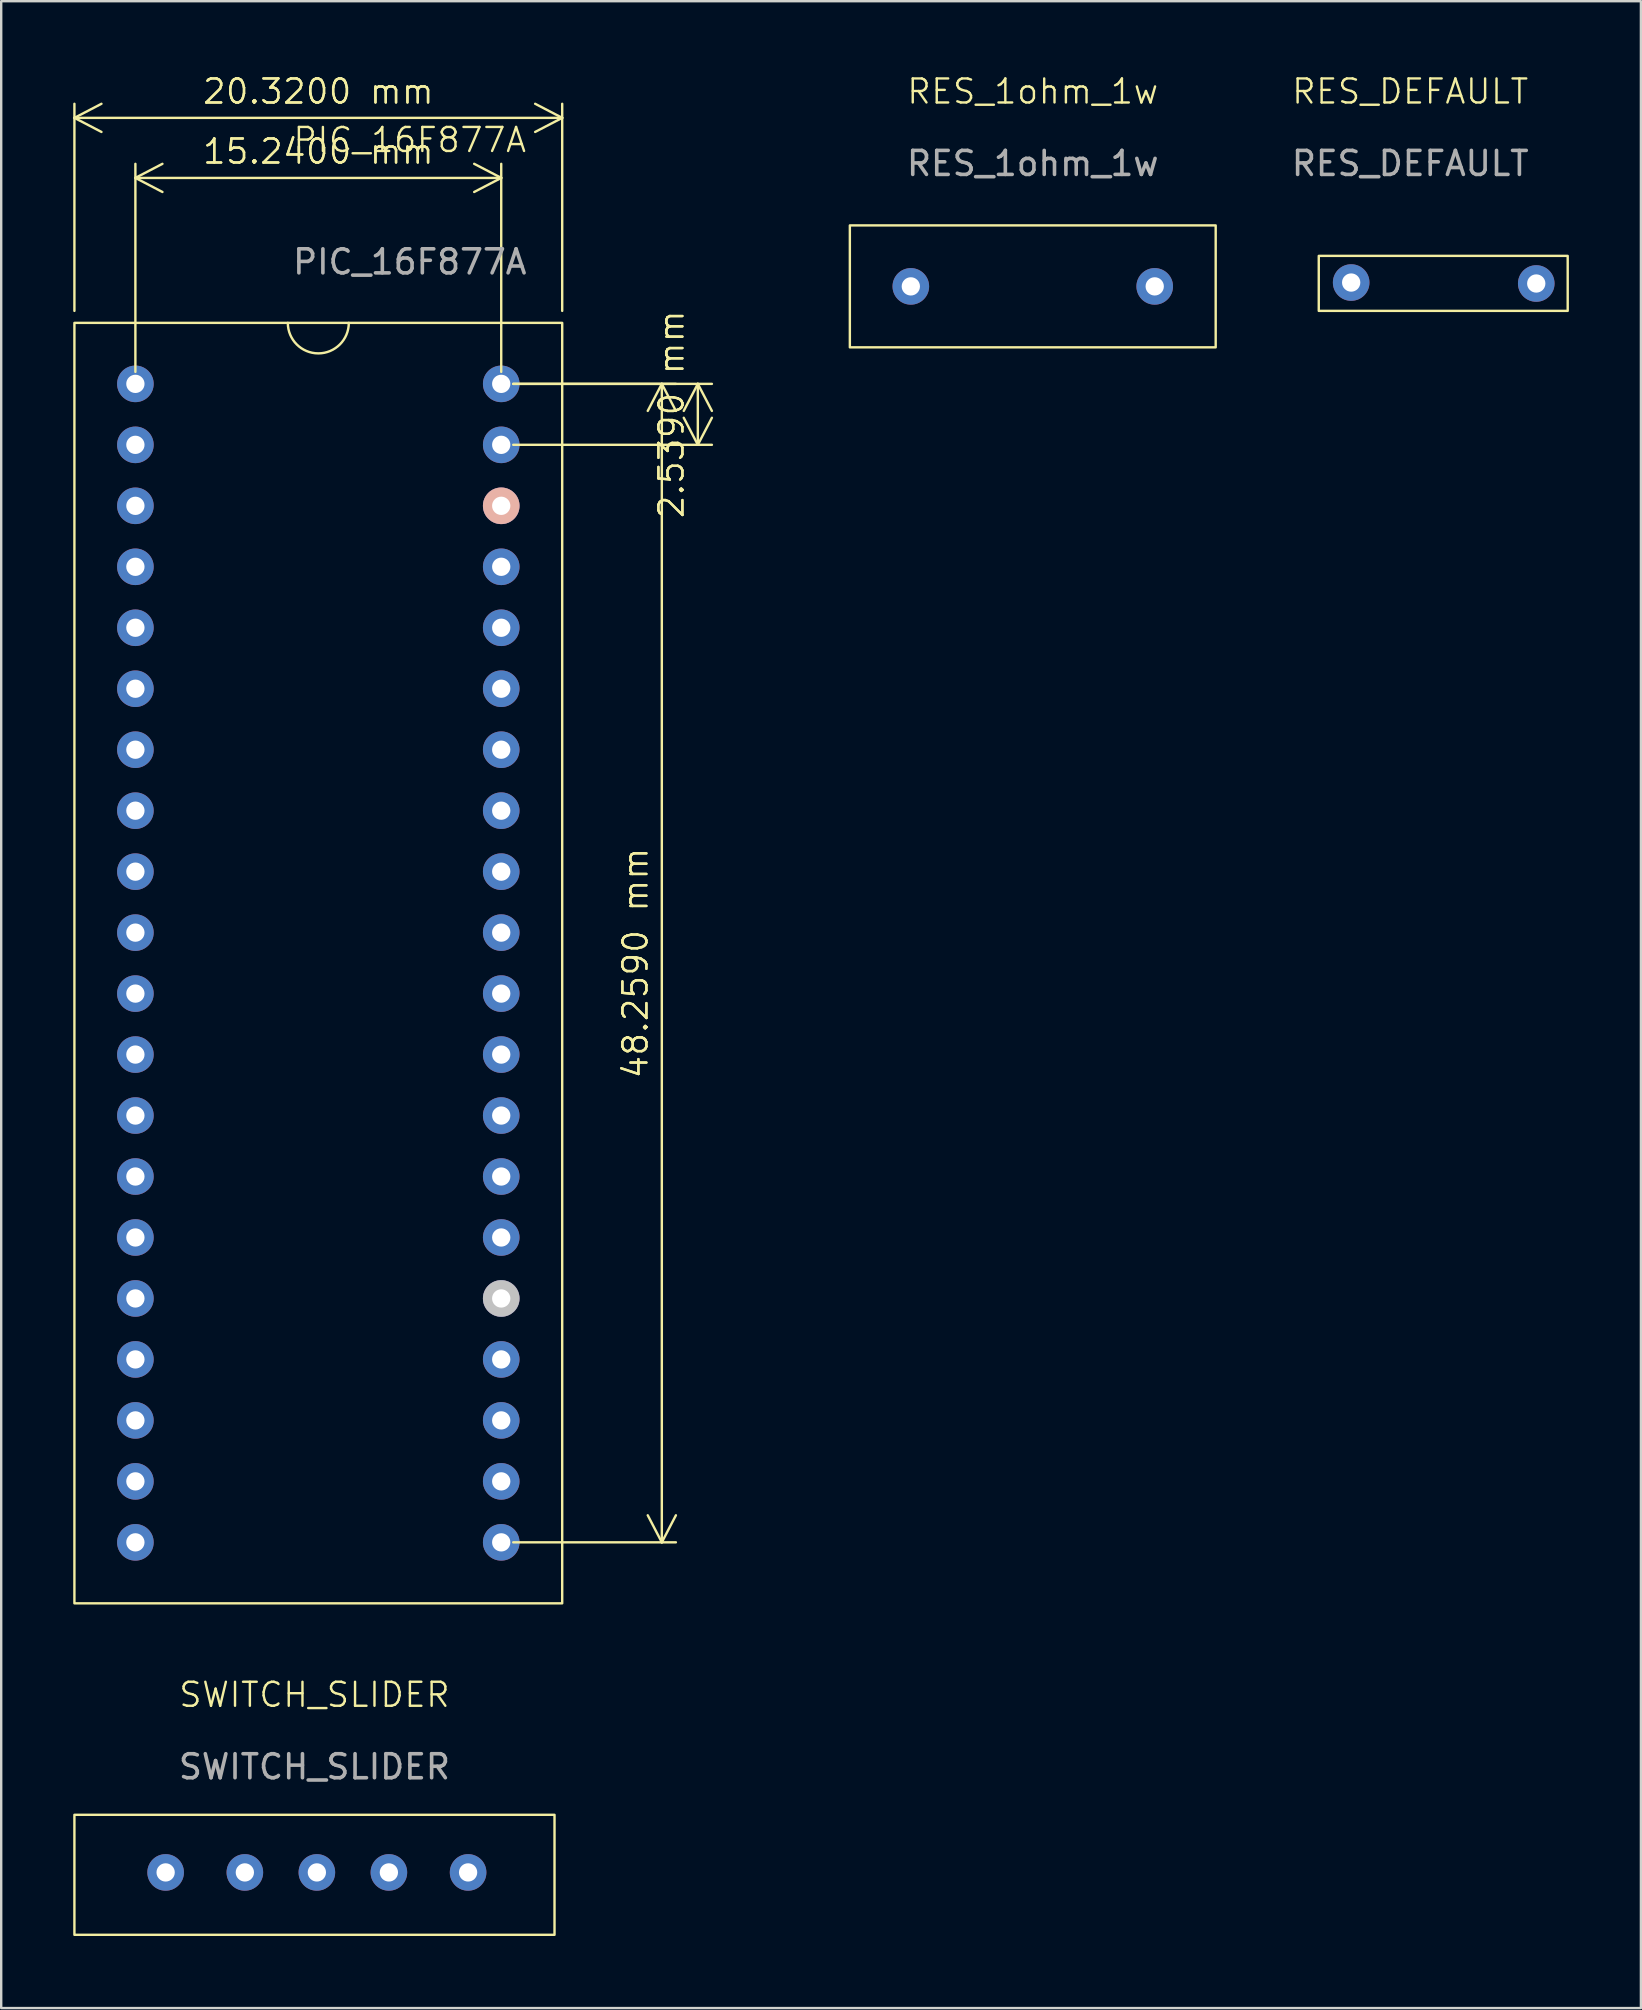
<source format=kicad_pcb>
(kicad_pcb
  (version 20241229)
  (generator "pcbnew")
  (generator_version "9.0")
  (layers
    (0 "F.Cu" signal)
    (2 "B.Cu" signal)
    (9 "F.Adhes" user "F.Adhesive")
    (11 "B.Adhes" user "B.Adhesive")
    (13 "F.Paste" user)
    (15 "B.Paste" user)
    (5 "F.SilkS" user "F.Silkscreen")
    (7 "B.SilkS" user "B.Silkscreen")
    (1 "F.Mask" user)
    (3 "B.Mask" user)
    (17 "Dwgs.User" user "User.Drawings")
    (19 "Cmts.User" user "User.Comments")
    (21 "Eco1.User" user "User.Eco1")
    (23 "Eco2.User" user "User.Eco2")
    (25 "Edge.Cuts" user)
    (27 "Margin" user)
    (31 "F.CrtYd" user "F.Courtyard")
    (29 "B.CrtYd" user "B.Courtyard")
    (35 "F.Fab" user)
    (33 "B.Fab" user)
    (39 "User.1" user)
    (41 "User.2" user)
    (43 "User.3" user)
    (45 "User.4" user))
  (footprint "PIC_16F877A"
    (layer "F.Cu")
    (at 14.02 7.861)
    (property "Reference" "PIC_16F877A" (at 0 -5.08 0) (unlocked yes) (layer "F.SilkS") (effects (font (size 1 1) (thickness 0.1))))
    (attr through_hole)
    (fp_rect (start -13.97 2.54) (end 6.35 55.88) (stroke (width 0.1) (type default)) (fill no) (layer "F.SilkS"))
    (fp_arc (start -2.54 2.54) (mid -3.81 3.81) (end -5.08 2.54) (stroke (width 0.1) (type default)) (layer "F.SilkS"))
    (fp_text user "${REFERENCE}" (at 0 0 0) (unlocked yes) (layer "F.Fab") (effects (font (size 1 1) (thickness 0.15))))
    (dimension (type aligned) (layer "F.SilkS") (pts (xy 2.59 12.941) (xy 17.83 12.941)) (height -8.58) (format (prefix "") (suffix "") (units 3) (units_format 1) (precision 4)) (style (thickness 0.1) (arrow_length 1.27) (text_position_mode 0) (arrow_direction outward) (extension_height 0.586) (extension_offset 0.5) (keep_text_aligned yes)) (gr_text "15.2400 mm" (at 10.21 3.26 0) (layer "F.SilkS") (effects (font (size 1 1) (thickness 0.1)))))
    (dimension (type aligned) (layer "F.SilkS") (pts (xy 0.05 10.4) (xy 20.37 10.4)) (height -8.54) (format (prefix "") (suffix "") (units 3) (units_format 1) (precision 4)) (style (thickness 0.1) (arrow_length 1.27) (text_position_mode 0) (arrow_direction outward) (extension_height 0.586) (extension_offset 0.5) (keep_text_aligned yes)) (gr_text "20.3200 mm" (at 10.21 0.76 0) (layer "F.SilkS") (effects (font (size 1 1) (thickness 0.1)))))
    (dimension (type aligned) (layer "F.SilkS") (pts (xy 17.83 12.941) (xy 17.83 61.2)) (height -6.69) (format (prefix "") (suffix "") (units 3) (units_format 1) (precision 4)) (style (thickness 0.1) (arrow_length 1.27) (text_position_mode 0) (arrow_direction outward) (extension_height 0.586) (extension_offset 0.5) (keep_text_aligned yes)) (gr_text "48.2600 mm" (at 23.42 37.071 90) (layer "F.SilkS") (effects (font (size 1 1) (thickness 0.1)))))
    (dimension (type aligned) (layer "F.SilkS") (pts (xy 17.83 12.941) (xy 17.83 15.48)) (height -8.19) (format (prefix "") (suffix "") (units 3) (units_format 1) (precision 4)) (style (thickness 0.1) (arrow_length 1.27) (text_position_mode 0) (arrow_direction outward) (extension_height 0.586) (extension_offset 0.5) (keep_text_aligned yes)) (gr_text "2.5400 mm" (at 24.92 14.21 90) (layer "F.SilkS") (effects (font (size 1 1) (thickness 0.1)))))
    (pad "1" thru_hole circle (at -11.43 5.08) (size 1.524 1.524) (drill 0.762) (layers "*.Cu" "*.Mask"))
    (pad "2" thru_hole circle (at -11.43 7.62) (size 1.524 1.524) (drill 0.762) (layers "*.Cu" "*.Mask"))
    (pad "3" thru_hole circle (at -11.43 10.16) (size 1.524 1.524) (drill 0.762) (layers "*.Cu" "*.Mask"))
    (pad "4" thru_hole circle (at -11.43 12.7) (size 1.524 1.524) (drill 0.762) (layers "*.Cu" "*.Mask"))
    (pad "5" thru_hole circle (at -11.43 15.24) (size 1.524 1.524) (drill 0.762) (layers "*.Cu" "*.Mask"))
    (pad "6" thru_hole circle (at -11.43 17.78) (size 1.524 1.524) (drill 0.762) (layers "*.Cu" "*.Mask"))
    (pad "7" thru_hole circle (at -11.43 20.32) (size 1.524 1.524) (drill 0.762) (layers "*.Cu" "*.Mask"))
    (pad "8" thru_hole circle (at -11.43 22.86) (size 1.524 1.524) (drill 0.762) (layers "*.Cu" "*.Mask"))
    (pad "9" thru_hole circle (at -11.43 25.4) (size 1.524 1.524) (drill 0.762) (layers "*.Cu" "*.Mask"))
    (pad "10" thru_hole circle (at -11.43 27.94) (size 1.524 1.524) (drill 0.762) (layers "*.Cu" "*.Mask"))
    (pad "11" thru_hole circle (at -11.43 30.48) (size 1.524 1.524) (drill 0.762) (layers "*.Cu" "*.Mask"))
    (pad "12" thru_hole circle (at -11.43 33.02) (size 1.524 1.524) (drill 0.762) (layers "*.Cu" "*.Mask"))
    (pad "13" thru_hole circle (at -11.43 35.56) (size 1.524 1.524) (drill 0.762) (layers "*.Cu" "*.Mask"))
    (pad "14" thru_hole circle (at -11.43 38.1) (size 1.524 1.524) (drill 0.762) (layers "*.Cu" "*.Mask"))
    (pad "15" thru_hole circle (at -11.43 40.64) (size 1.524 1.524) (drill 0.762) (layers "*.Cu" "*.Mask"))
    (pad "16" thru_hole circle (at -11.43 43.18) (size 1.524 1.524) (drill 0.762) (layers "*.Cu" "*.Mask"))
    (pad "17" thru_hole circle (at -11.43 45.72) (size 1.524 1.524) (drill 0.762) (layers "*.Cu" "*.Mask"))
    (pad "18" thru_hole circle (at -11.43 48.26) (size 1.524 1.524) (drill 0.762) (layers "*.Cu" "*.Mask"))
    (pad "19" thru_hole circle (at -11.43 50.8) (size 1.524 1.524) (drill 0.762) (layers "*.Cu" "*.Mask"))
    (pad "20" thru_hole circle (at -11.43 53.34) (size 1.524 1.524) (drill 0.762) (layers "*.Cu" "*.Mask"))
    (pad "21" thru_hole circle (at 3.81 53.34) (size 1.524 1.524) (drill 0.762) (layers "*.Cu" "*.Mask"))
    (pad "22" thru_hole circle (at 3.81 50.8) (size 1.524 1.524) (drill 0.762) (layers "*.Cu" "*.Mask"))
    (pad "23" thru_hole circle (at 3.81 48.26) (size 1.524 1.524) (drill 0.762) (layers "*.Cu" "*.Mask" "Eco1.User"))
    (pad "24" thru_hole circle (at 3.81 45.72) (size 1.524 1.524) (drill 0.762) (layers "*.Cu" "*.Mask"))
    (pad "25" thru_hole circle (at 3.81 43.18) (size 1.524 1.524) (drill 0.762) (layers "*.Cu" "*.Mask" "Dwgs.User"))
    (pad "26" thru_hole circle (at 3.81 40.64) (size 1.524 1.524) (drill 0.762) (layers "*.Cu" "*.Mask"))
    (pad "27" thru_hole circle (at 3.81 38.1) (size 1.524 1.524) (drill 0.762) (layers "*.Cu" "*.Mask"))
    (pad "28" thru_hole circle (at 3.81 35.56) (size 1.524 1.524) (drill 0.762) (layers "*.Cu" "*.Mask"))
    (pad "29" thru_hole circle (at 3.81 33.02) (size 1.524 1.524) (drill 0.762) (layers "*.Cu" "*.Mask"))
    (pad "30" thru_hole circle (at 3.81 30.48) (size 1.524 1.524) (drill 0.762) (layers "*.Cu" "*.Mask"))
    (pad "31" thru_hole circle (at 3.81 27.94) (size 1.524 1.524) (drill 0.762) (layers "*.Cu" "*.Mask"))
    (pad "32" thru_hole circle (at 3.81 25.4) (size 1.524 1.524) (drill 0.762) (layers "*.Cu" "*.Mask"))
    (pad "33" thru_hole circle (at 3.81 22.86) (size 1.524 1.524) (drill 0.762) (layers "*.Cu" "*.Mask"))
    (pad "34" thru_hole circle (at 3.81 20.32) (size 1.524 1.524) (drill 0.762) (layers "*.Cu" "*.Mask"))
    (pad "35" thru_hole circle (at 3.81 17.78) (size 1.524 1.524) (drill 0.762) (layers "*.Cu" "*.Mask"))
    (pad "36" thru_hole circle (at 3.81 15.24) (size 1.524 1.524) (drill 0.762) (layers "*.Cu" "*.Mask"))
    (pad "37" thru_hole circle (at 3.81 12.7) (size 1.524 1.524) (drill 0.762) (layers "*.Cu" "*.Mask"))
    (pad "38" thru_hole circle (at 3.81 10.16) (size 1.524 1.524) (drill 0.762) (layers "*.Cu" "B.Mask" "B.SilkS"))
    (pad "39" thru_hole circle (at 3.81 7.62) (size 1.524 1.524) (drill 0.762) (layers "*.Cu" "*.Mask" "F.Paste"))
    (pad "40" thru_hole circle (at 3.81 5.08) (size 1.524 1.524) (drill 0.762) (layers "*.Cu" "*.Mask")))
  (footprint "SWITCH_SLIDER"
    (layer "F.Cu")
    (at 10.05 70.051)
    (property "Reference" "SWITCH_SLIDER" (at 0 -2.5 0) (unlocked yes) (layer "F.SilkS") (effects (font (size 1 1) (thickness 0.1))))
    (attr through_hole)
    (fp_rect (start -10 2.5) (end 10 7.5) (stroke (width 0.1) (type default)) (fill no) (layer "F.SilkS"))
    (fp_text user "${REFERENCE}" (at 0 0.5 0) (unlocked yes) (layer "F.Fab") (effects (font (size 1 1) (thickness 0.15))))
    (pad "" thru_hole circle (at -6.2 4.9) (size 1.524 1.524) (drill 0.762) (layers "*.Cu" "*.Mask"))
    (pad "" thru_hole circle (at 6.4 4.9) (size 1.524 1.524) (drill 0.762) (layers "*.Cu" "*.Mask"))
    (pad "0" thru_hole circle (at -2.9 4.9) (size 1.524 1.524) (drill 0.762) (layers "*.Cu" "*.Mask"))
    (pad "1" thru_hole circle (at 0.1 4.9) (size 1.524 1.524) (drill 0.762) (layers "*.Cu" "*.Mask"))
    (pad "2" thru_hole circle (at 3.1 4.9) (size 1.524 1.524) (drill 0.762) (layers "*.Cu" "*.Mask")))
  (footprint "RES_DEFAULT"
    (layer "F.Cu")
    (at 55.697 1.26)
    (property "Reference" "RES_DEFAULT" (at 0 -0.5 0) (unlocked yes) (layer "F.SilkS") (effects (font (size 1 1) (thickness 0.1))))
    (attr through_hole)
    (fp_rect (start -3.81 6.35) (end 6.56 8.64) (stroke (width 0.1) (type default)) (fill no) (layer "F.SilkS"))
    (fp_text user "${REFERENCE}" (at 0 2.5 0) (unlocked yes) (layer "F.Fab") (effects (font (size 1 1) (thickness 0.15))))
    (pad "1" thru_hole circle (at -2.46 7.46) (size 1.524 1.524) (drill 0.762) (layers "*.Cu" "*.Mask"))
    (pad "2" thru_hole circle (at 5.25 7.5) (size 1.524 1.524) (drill 0.762) (layers "*.Cu" "*.Mask")))
  (footprint "RES_1ohm_1w"
    (layer "F.Cu")
    (at 39.973 1.26)
    (property "Reference" "RES_1ohm_1w" (at 0 -0.5 0) (unlocked yes) (layer "F.SilkS") (effects (font (size 1 1) (thickness 0.1))))
    (attr through_hole)
    (fp_rect (start -7.62 5.08) (end 7.62 10.16) (stroke (width 0.1) (type default)) (fill no) (layer "F.SilkS"))
    (fp_text user "${REFERENCE}" (at 0 2.5 0) (unlocked yes) (layer "F.Fab") (effects (font (size 1 1) (thickness 0.15))))
    (pad "1" thru_hole circle (at -5.08 7.62) (size 1.524 1.524) (drill 0.762) (layers "*.Cu" "*.Mask"))
    (pad "2" thru_hole circle (at 5.08 7.62) (size 1.524 1.524) (drill 0.762) (layers "*.Cu" "*.Mask")))
  (gr_rect
    (start -3 -3)
    (end 65.307 80.601)
    (stroke (width 0.1) (type default))
    (fill no)
    (layer "Edge.Cuts")))
</source>
